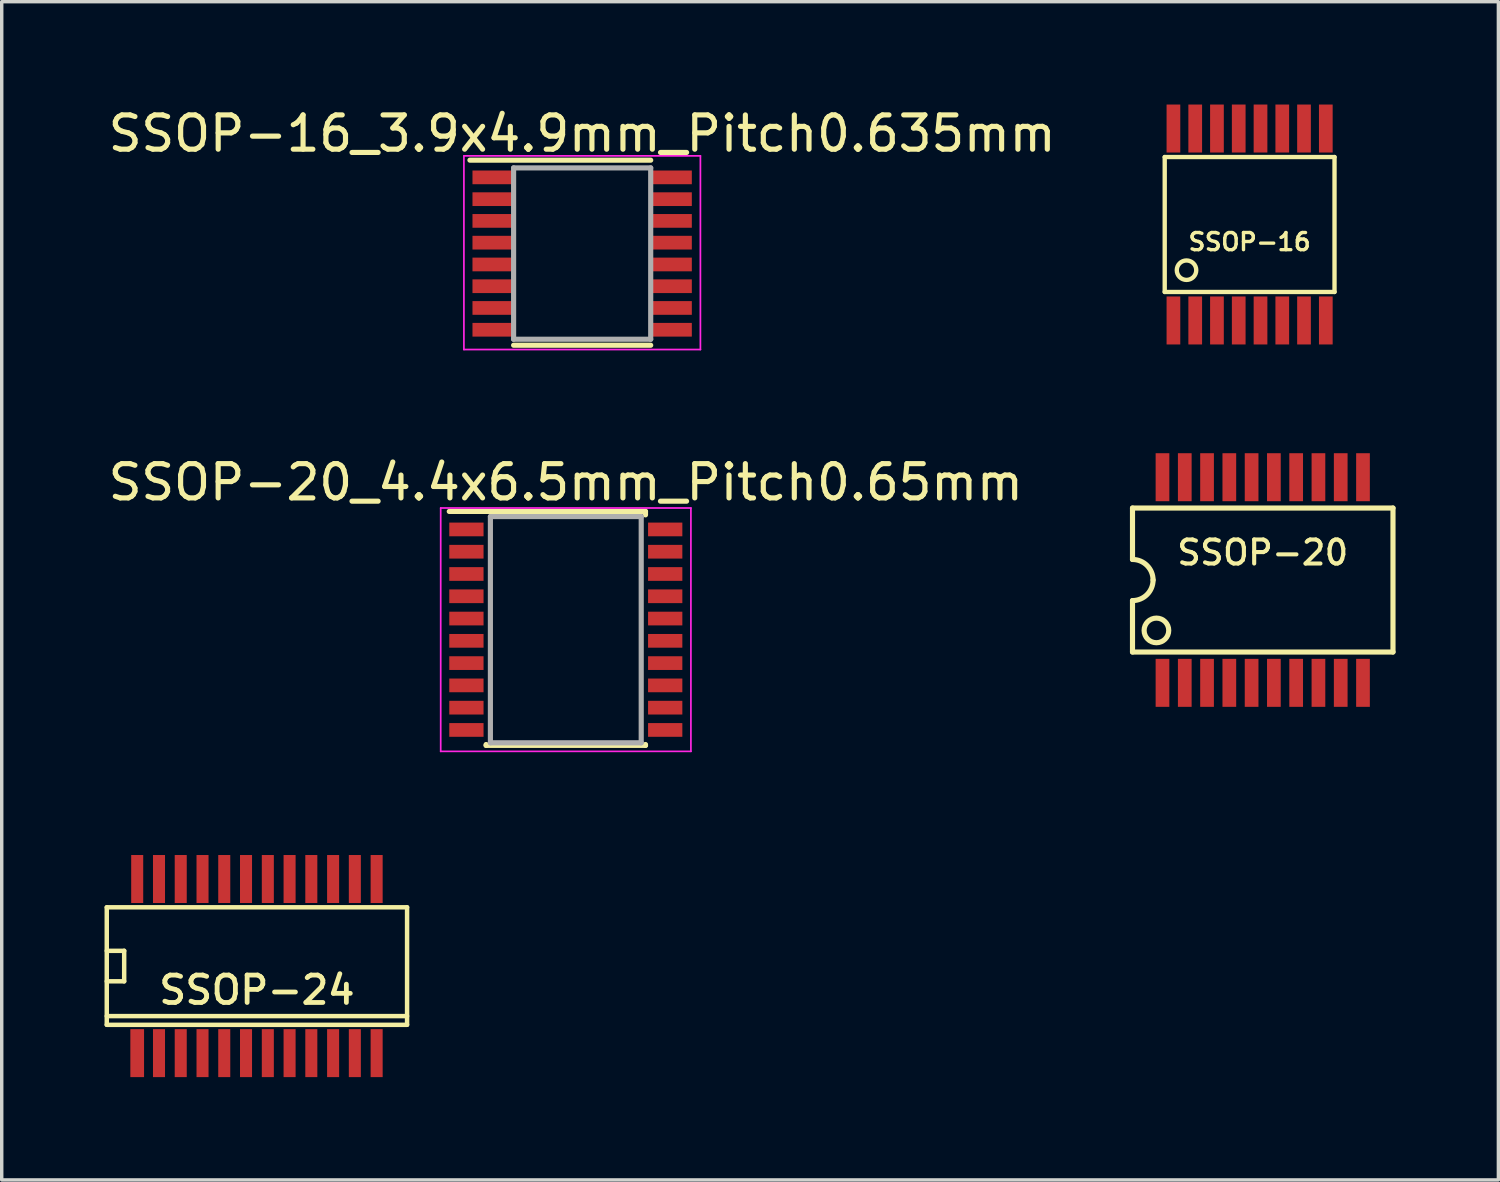
<source format=kicad_pcb>
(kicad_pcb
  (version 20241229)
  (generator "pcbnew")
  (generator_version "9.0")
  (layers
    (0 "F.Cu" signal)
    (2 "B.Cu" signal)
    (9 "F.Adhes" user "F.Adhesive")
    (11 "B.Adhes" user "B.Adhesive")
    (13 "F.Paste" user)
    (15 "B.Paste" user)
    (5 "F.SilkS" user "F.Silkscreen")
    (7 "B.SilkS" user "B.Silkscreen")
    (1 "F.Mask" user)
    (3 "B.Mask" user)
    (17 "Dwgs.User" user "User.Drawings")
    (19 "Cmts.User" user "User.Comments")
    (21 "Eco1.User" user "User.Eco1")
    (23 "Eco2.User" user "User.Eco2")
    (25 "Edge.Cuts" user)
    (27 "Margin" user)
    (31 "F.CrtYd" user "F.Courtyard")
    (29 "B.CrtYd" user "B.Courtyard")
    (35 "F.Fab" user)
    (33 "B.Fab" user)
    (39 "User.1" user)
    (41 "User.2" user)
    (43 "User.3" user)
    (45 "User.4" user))
  (footprint "SSOP-20_4.4x6.5mm_Pitch0.65mm"
    (layer "F.Cu")
    (at 13.458 15.322)
    (property "Reference" "SSOP-20_4.4x6.5mm_Pitch0.65mm" (at 0 -4.3 0) (layer "F.SilkS") (effects (font (size 1 1) (thickness 0.15))))
    (attr smd)
    (fp_line (start -3.4 -3.45) (end 2.325 -3.45) (stroke (width 0.15) (type solid)) (layer "F.SilkS"))
    (fp_line (start -2.325 3.375) (end -2.325 3.35) (stroke (width 0.15) (type solid)) (layer "F.SilkS"))
    (fp_line (start -2.325 3.375) (end 2.325 3.375) (stroke (width 0.15) (type solid)) (layer "F.SilkS"))
    (fp_line (start 2.325 -3.45) (end 2.325 -3.35) (stroke (width 0.15) (type solid)) (layer "F.SilkS"))
    (fp_line (start 2.325 3.375) (end 2.325 3.35) (stroke (width 0.15) (type solid)) (layer "F.SilkS"))
    (fp_line (start -3.65 -3.55) (end -3.65 3.55) (stroke (width 0.05) (type solid)) (layer "F.CrtYd"))
    (fp_line (start -3.65 -3.55) (end 3.65 -3.55) (stroke (width 0.05) (type solid)) (layer "F.CrtYd"))
    (fp_line (start -3.65 3.55) (end 3.65 3.55) (stroke (width 0.05) (type solid)) (layer "F.CrtYd"))
    (fp_line (start 3.65 -3.55) (end 3.65 3.55) (stroke (width 0.05) (type solid)) (layer "F.CrtYd"))
    (fp_line (start -2.2 -3.3) (end 2.2 -3.3) (stroke (width 0.15) (type solid)) (layer "F.Fab"))
    (fp_line (start -2.2 3.3) (end -2.2 -3.3) (stroke (width 0.15) (type solid)) (layer "F.Fab"))
    (fp_line (start 2.2 -3.3) (end 2.2 3.3) (stroke (width 0.15) (type solid)) (layer "F.Fab"))
    (fp_line (start 2.2 3.3) (end -2.2 3.3) (stroke (width 0.15) (type solid)) (layer "F.Fab"))
    (pad "1" smd rect (at -2.9 -2.925) (size 1 0.4) (layers "F.Cu" "F.Mask" "F.Paste"))
    (pad "2" smd rect (at -2.9 -2.275) (size 1 0.4) (layers "F.Cu" "F.Mask" "F.Paste"))
    (pad "3" smd rect (at -2.9 -1.625) (size 1 0.4) (layers "F.Cu" "F.Mask" "F.Paste"))
    (pad "4" smd rect (at -2.9 -0.975) (size 1 0.4) (layers "F.Cu" "F.Mask" "F.Paste"))
    (pad "5" smd rect (at -2.9 -0.325) (size 1 0.4) (layers "F.Cu" "F.Mask" "F.Paste"))
    (pad "6" smd rect (at -2.9 0.325) (size 1 0.4) (layers "F.Cu" "F.Mask" "F.Paste"))
    (pad "7" smd rect (at -2.9 0.975) (size 1 0.4) (layers "F.Cu" "F.Mask" "F.Paste"))
    (pad "8" smd rect (at -2.9 1.625) (size 1 0.4) (layers "F.Cu" "F.Mask" "F.Paste"))
    (pad "9" smd rect (at -2.9 2.275) (size 1 0.4) (layers "F.Cu" "F.Mask" "F.Paste"))
    (pad "10" smd rect (at -2.9 2.925) (size 1 0.4) (layers "F.Cu" "F.Mask" "F.Paste"))
    (pad "11" smd rect (at 2.9 2.925) (size 1 0.4) (layers "F.Cu" "F.Mask" "F.Paste"))
    (pad "12" smd rect (at 2.9 2.275) (size 1 0.4) (layers "F.Cu" "F.Mask" "F.Paste"))
    (pad "13" smd rect (at 2.9 1.625) (size 1 0.4) (layers "F.Cu" "F.Mask" "F.Paste"))
    (pad "14" smd rect (at 2.9 0.975) (size 1 0.4) (layers "F.Cu" "F.Mask" "F.Paste"))
    (pad "15" smd rect (at 2.9 0.325) (size 1 0.4) (layers "F.Cu" "F.Mask" "F.Paste"))
    (pad "16" smd rect (at 2.9 -0.325) (size 1 0.4) (layers "F.Cu" "F.Mask" "F.Paste"))
    (pad "17" smd rect (at 2.9 -0.975) (size 1 0.4) (layers "F.Cu" "F.Mask" "F.Paste"))
    (pad "18" smd rect (at 2.9 -1.625) (size 1 0.4) (layers "F.Cu" "F.Mask" "F.Paste"))
    (pad "19" smd rect (at 2.9 -2.275) (size 1 0.4) (layers "F.Cu" "F.Mask" "F.Paste"))
    (pad "20" smd rect (at 2.9 -2.925) (size 1 0.4) (layers "F.Cu" "F.Mask" "F.Paste")))
  (footprint "SSOP-16_3.9x4.9mm_Pitch0.635mm"
    (layer "F.Cu")
    (at 13.935 4.348)
    (property "Reference" "SSOP-16_3.9x4.9mm_Pitch0.635mm" (at 0 -3.5 0) (layer "F.SilkS") (effects (font (size 1 1) (thickness 0.15))))
    (attr smd)
    (fp_line (start -3.275 -2.725) (end 2 -2.725) (stroke (width 0.15) (type solid)) (layer "F.SilkS"))
    (fp_line (start -2 2.675) (end 2 2.675) (stroke (width 0.15) (type solid)) (layer "F.SilkS"))
    (fp_line (start -3.45 -2.85) (end -3.45 2.8) (stroke (width 0.05) (type solid)) (layer "F.CrtYd"))
    (fp_line (start -3.45 -2.85) (end 3.45 -2.85) (stroke (width 0.05) (type solid)) (layer "F.CrtYd"))
    (fp_line (start -3.45 2.8) (end 3.45 2.8) (stroke (width 0.05) (type solid)) (layer "F.CrtYd"))
    (fp_line (start 3.45 -2.85) (end 3.45 2.8) (stroke (width 0.05) (type solid)) (layer "F.CrtYd"))
    (fp_line (start -2 -2.5) (end 2 -2.5) (stroke (width 0.15) (type solid)) (layer "F.Fab"))
    (fp_line (start -2 2.5) (end -2 -2.5) (stroke (width 0.15) (type solid)) (layer "F.Fab"))
    (fp_line (start 2 -2.5) (end 2 2.5) (stroke (width 0.15) (type solid)) (layer "F.Fab"))
    (fp_line (start 2 2.5) (end -2 2.5) (stroke (width 0.15) (type solid)) (layer "F.Fab"))
    (pad "1" smd rect (at -2.6 -2.223) (size 1.2 0.4) (layers "F.Cu" "F.Mask" "F.Paste"))
    (pad "2" smd rect (at -2.6 -1.587) (size 1.2 0.4) (layers "F.Cu" "F.Mask" "F.Paste"))
    (pad "3" smd rect (at -2.6 -0.953) (size 1.2 0.4) (layers "F.Cu" "F.Mask" "F.Paste"))
    (pad "4" smd rect (at -2.6 -0.318) (size 1.2 0.4) (layers "F.Cu" "F.Mask" "F.Paste"))
    (pad "5" smd rect (at -2.6 0.318) (size 1.2 0.4) (layers "F.Cu" "F.Mask" "F.Paste"))
    (pad "6" smd rect (at -2.6 0.953) (size 1.2 0.4) (layers "F.Cu" "F.Mask" "F.Paste"))
    (pad "7" smd rect (at -2.6 1.587) (size 1.2 0.4) (layers "F.Cu" "F.Mask" "F.Paste"))
    (pad "8" smd rect (at -2.6 2.223) (size 1.2 0.4) (layers "F.Cu" "F.Mask" "F.Paste"))
    (pad "9" smd rect (at 2.6 2.223) (size 1.2 0.4) (layers "F.Cu" "F.Mask" "F.Paste"))
    (pad "10" smd rect (at 2.6 1.587) (size 1.2 0.4) (layers "F.Cu" "F.Mask" "F.Paste"))
    (pad "11" smd rect (at 2.6 0.953) (size 1.2 0.4) (layers "F.Cu" "F.Mask" "F.Paste"))
    (pad "12" smd rect (at 2.6 0.318) (size 1.2 0.4) (layers "F.Cu" "F.Mask" "F.Paste"))
    (pad "13" smd rect (at 2.6 -0.318) (size 1.2 0.4) (layers "F.Cu" "F.Mask" "F.Paste"))
    (pad "14" smd rect (at 2.6 -0.953) (size 1.2 0.4) (layers "F.Cu" "F.Mask" "F.Paste"))
    (pad "15" smd rect (at 2.6 -1.587) (size 1.2 0.4) (layers "F.Cu" "F.Mask" "F.Paste"))
    (pad "16" smd rect (at 2.6 -2.223) (size 1.2 0.4) (layers "F.Cu" "F.Mask" "F.Paste")))
  (footprint "SSOP-24"
    (layer "F.Cu")
    (at 4.446 25.136)
    (property "Reference" "SSOP-24" (at 0 0.699 0) (layer "F.SilkS") (effects (font (size 0.8 0.8) (thickness 0.14))))
    (attr smd)
    (fp_line (start -4.381 -1.714) (end 4.381 -1.714) (stroke (width 0.13) (type solid)) (layer "F.SilkS"))
    (fp_line (start -4.381 -0.445) (end -3.873 -0.445) (stroke (width 0.13) (type solid)) (layer "F.SilkS"))
    (fp_line (start -4.381 0.445) (end -3.873 0.445) (stroke (width 0.13) (type solid)) (layer "F.SilkS"))
    (fp_line (start -4.381 1.46) (end 4.381 1.46) (stroke (width 0.13) (type solid)) (layer "F.SilkS"))
    (fp_line (start -4.381 1.714) (end -4.381 -1.714) (stroke (width 0.13) (type solid)) (layer "F.SilkS"))
    (fp_line (start -3.873 -0.445) (end -3.873 0.445) (stroke (width 0.13) (type solid)) (layer "F.SilkS"))
    (fp_line (start 4.381 -1.714) (end 4.381 1.714) (stroke (width 0.13) (type solid)) (layer "F.SilkS"))
    (fp_line (start 4.381 1.714) (end -4.381 1.714) (stroke (width 0.13) (type solid)) (layer "F.SilkS"))
    (pad "1" smd rect (at -3.493 2.54) (size 0.4 1.4) (layers "F.Cu" "F.Mask" "F.Paste"))
    (pad "2" smd rect (at -2.857 2.54) (size 0.351 1.4) (layers "F.Cu" "F.Mask" "F.Paste"))
    (pad "3" smd rect (at -2.223 2.54) (size 0.351 1.4) (layers "F.Cu" "F.Mask" "F.Paste"))
    (pad "4" smd rect (at -1.587 2.54) (size 0.351 1.4) (layers "F.Cu" "F.Mask" "F.Paste"))
    (pad "5" smd rect (at -0.953 2.54) (size 0.351 1.4) (layers "F.Cu" "F.Mask" "F.Paste"))
    (pad "6" smd rect (at -0.318 2.54) (size 0.351 1.4) (layers "F.Cu" "F.Mask" "F.Paste"))
    (pad "7" smd rect (at 0.318 2.54) (size 0.351 1.4) (layers "F.Cu" "F.Mask" "F.Paste"))
    (pad "8" smd rect (at 0.953 2.54) (size 0.351 1.4) (layers "F.Cu" "F.Mask" "F.Paste"))
    (pad "9" smd rect (at 1.587 2.54) (size 0.351 1.4) (layers "F.Cu" "F.Mask" "F.Paste"))
    (pad "10" smd rect (at 2.223 2.54) (size 0.351 1.4) (layers "F.Cu" "F.Mask" "F.Paste"))
    (pad "11" smd rect (at 2.857 2.54) (size 0.351 1.4) (layers "F.Cu" "F.Mask" "F.Paste"))
    (pad "12" smd rect (at 3.493 2.54) (size 0.351 1.4) (layers "F.Cu" "F.Mask" "F.Paste"))
    (pad "13" smd rect (at 3.493 -2.54) (size 0.351 1.4) (layers "F.Cu" "F.Mask" "F.Paste"))
    (pad "14" smd rect (at 2.857 -2.54) (size 0.351 1.4) (layers "F.Cu" "F.Mask" "F.Paste"))
    (pad "15" smd rect (at 2.223 -2.54) (size 0.351 1.4) (layers "F.Cu" "F.Mask" "F.Paste"))
    (pad "16" smd rect (at 1.587 -2.54) (size 0.351 1.4) (layers "F.Cu" "F.Mask" "F.Paste"))
    (pad "17" smd rect (at 0.953 -2.54) (size 0.351 1.4) (layers "F.Cu" "F.Mask" "F.Paste"))
    (pad "18" smd rect (at 0.318 -2.54) (size 0.351 1.4) (layers "F.Cu" "F.Mask" "F.Paste"))
    (pad "19" smd rect (at -0.318 -2.54) (size 0.351 1.4) (layers "F.Cu" "F.Mask" "F.Paste"))
    (pad "20" smd rect (at -0.953 -2.54) (size 0.351 1.4) (layers "F.Cu" "F.Mask" "F.Paste"))
    (pad "21" smd rect (at -1.587 -2.54) (size 0.351 1.4) (layers "F.Cu" "F.Mask" "F.Paste"))
    (pad "22" smd rect (at -2.223 -2.54) (size 0.351 1.4) (layers "F.Cu" "F.Mask" "F.Paste"))
    (pad "23" smd rect (at -2.857 -2.54) (size 0.351 1.4) (layers "F.Cu" "F.Mask" "F.Paste"))
    (pad "24" smd rect (at -3.493 -2.54) (size 0.351 1.4) (layers "F.Cu" "F.Mask" "F.Paste")))
  (footprint "SSOP-20"
    (layer "F.Cu")
    (at 33.792 13.873)
    (property "Reference" "SSOP-20" (at 0 -0.8 0) (layer "F.SilkS") (effects (font (size 0.7 0.7) (thickness 0.12))))
    (attr smd)
    (fp_line (start -3.8 -2.1) (end -3.8 -0.6) (stroke (width 0.15) (type solid)) (layer "F.SilkS"))
    (fp_line (start -3.8 -2.1) (end 3.8 -2.1) (stroke (width 0.15) (type solid)) (layer "F.SilkS"))
    (fp_line (start -3.8 2.1) (end -3.8 0.6) (stroke (width 0.15) (type solid)) (layer "F.SilkS"))
    (fp_line (start 3.8 -2.1) (end 3.8 2.1) (stroke (width 0.15) (type solid)) (layer "F.SilkS"))
    (fp_line (start 3.8 2.1) (end -3.8 2.1) (stroke (width 0.15) (type solid)) (layer "F.SilkS"))
    (fp_arc (start -3.8 -0.6) (mid -3.375736 -0.424264) (end -3.2 0) (stroke (width 0.15) (type solid)) (layer "F.SilkS"))
    (fp_arc (start -3.2 0) (mid -3.375736 0.424264) (end -3.8 0.6) (stroke (width 0.15) (type solid)) (layer "F.SilkS"))
    (fp_circle (center -3.102 1.47) (end -3.356 1.216) (stroke (width 0.15) (type solid)) (fill no) (layer "F.SilkS"))
    (pad "1" smd rect (at -2.925 3) (size 0.4 1.4) (layers "F.Cu" "F.Mask" "F.Paste"))
    (pad "2" smd rect (at -2.275 3) (size 0.4 1.4) (layers "F.Cu" "F.Mask" "F.Paste"))
    (pad "3" smd rect (at -1.625 3) (size 0.4 1.4) (layers "F.Cu" "F.Mask" "F.Paste"))
    (pad "4" smd rect (at -0.975 3) (size 0.4 1.4) (layers "F.Cu" "F.Mask" "F.Paste"))
    (pad "5" smd rect (at -0.325 3) (size 0.4 1.4) (layers "F.Cu" "F.Mask" "F.Paste"))
    (pad "6" smd rect (at 0.325 3) (size 0.4 1.4) (layers "F.Cu" "F.Mask" "F.Paste"))
    (pad "7" smd rect (at 0.975 3) (size 0.4 1.4) (layers "F.Cu" "F.Mask" "F.Paste"))
    (pad "8" smd rect (at 1.625 3) (size 0.4 1.4) (layers "F.Cu" "F.Mask" "F.Paste"))
    (pad "9" smd rect (at 2.275 3) (size 0.4 1.4) (layers "F.Cu" "F.Mask" "F.Paste"))
    (pad "10" smd rect (at 2.925 3) (size 0.4 1.4) (layers "F.Cu" "F.Mask" "F.Paste"))
    (pad "11" smd rect (at 2.925 -3) (size 0.4 1.4) (layers "F.Cu" "F.Mask" "F.Paste"))
    (pad "12" smd rect (at 2.275 -3) (size 0.4 1.4) (layers "F.Cu" "F.Mask" "F.Paste"))
    (pad "13" smd rect (at 1.625 -3) (size 0.4 1.4) (layers "F.Cu" "F.Mask" "F.Paste"))
    (pad "14" smd rect (at 0.975 -3) (size 0.4 1.4) (layers "F.Cu" "F.Mask" "F.Paste"))
    (pad "15" smd rect (at 0.325 -3) (size 0.4 1.4) (layers "F.Cu" "F.Mask" "F.Paste"))
    (pad "16" smd rect (at -0.325 -3) (size 0.4 1.4) (layers "F.Cu" "F.Mask" "F.Paste"))
    (pad "17" smd rect (at -0.975 -3) (size 0.4 1.4) (layers "F.Cu" "F.Mask" "F.Paste"))
    (pad "18" smd rect (at -1.625 -3) (size 0.4 1.4) (layers "F.Cu" "F.Mask" "F.Paste"))
    (pad "19" smd rect (at -2.275 -3) (size 0.4 1.4) (layers "F.Cu" "F.Mask" "F.Paste"))
    (pad "20" smd rect (at -2.925 -3) (size 0.4 1.4) (layers "F.Cu" "F.Mask" "F.Paste")))
  (footprint "SSOP-16"
    (layer "F.Cu")
    (at 33.409 3.5)
    (property "Reference" "SSOP-16" (at 0 0.508 0) (layer "F.SilkS") (effects (font (size 0.5 0.5) (thickness 0.099))))
    (attr smd)
    (fp_line (start -2.477 -1.968) (end -2.477 1.968) (stroke (width 0.127) (type solid)) (layer "F.SilkS"))
    (fp_line (start -2.477 1.968) (end 2.477 1.968) (stroke (width 0.127) (type solid)) (layer "F.SilkS"))
    (fp_line (start 2.477 -1.968) (end -2.477 -1.968) (stroke (width 0.127) (type solid)) (layer "F.SilkS"))
    (fp_line (start 2.477 1.968) (end 2.477 -1.968) (stroke (width 0.127) (type solid)) (layer "F.SilkS"))
    (fp_circle (center -1.841 1.333) (end -1.968 1.587) (stroke (width 0.127) (type solid)) (fill no) (layer "F.SilkS"))
    (pad "1" smd rect (at -2.223 2.8) (size 0.4 1.4) (layers "F.Cu" "F.Mask" "F.Paste"))
    (pad "2" smd rect (at -1.587 2.8) (size 0.4 1.4) (layers "F.Cu" "F.Mask" "F.Paste"))
    (pad "3" smd rect (at -0.953 2.8) (size 0.4 1.4) (layers "F.Cu" "F.Mask" "F.Paste"))
    (pad "4" smd rect (at -0.318 2.8) (size 0.4 1.4) (layers "F.Cu" "F.Mask" "F.Paste"))
    (pad "5" smd rect (at 0.318 2.8) (size 0.4 1.4) (layers "F.Cu" "F.Mask" "F.Paste"))
    (pad "6" smd rect (at 0.953 2.8) (size 0.4 1.4) (layers "F.Cu" "F.Mask" "F.Paste"))
    (pad "7" smd rect (at 1.587 2.8) (size 0.4 1.4) (layers "F.Cu" "F.Mask" "F.Paste"))
    (pad "8" smd rect (at 2.223 2.8) (size 0.4 1.4) (layers "F.Cu" "F.Mask" "F.Paste"))
    (pad "9" smd rect (at 2.223 -2.8) (size 0.4 1.4) (layers "F.Cu" "F.Mask" "F.Paste"))
    (pad "10" smd rect (at 1.587 -2.8) (size 0.4 1.4) (layers "F.Cu" "F.Mask" "F.Paste"))
    (pad "11" smd rect (at 0.953 -2.8) (size 0.4 1.4) (layers "F.Cu" "F.Mask" "F.Paste"))
    (pad "12" smd rect (at 0.318 -2.8) (size 0.4 1.4) (layers "F.Cu" "F.Mask" "F.Paste"))
    (pad "13" smd rect (at -0.318 -2.8) (size 0.4 1.4) (layers "F.Cu" "F.Mask" "F.Paste"))
    (pad "14" smd rect (at -0.953 -2.8) (size 0.4 1.4) (layers "F.Cu" "F.Mask" "F.Paste"))
    (pad "15" smd rect (at -1.587 -2.8) (size 0.4 1.4) (layers "F.Cu" "F.Mask" "F.Paste"))
    (pad "16" smd rect (at -2.223 -2.8) (size 0.4 1.4) (layers "F.Cu" "F.Mask" "F.Paste")))
  (gr_rect
    (start -3 -3)
    (end 40.667 31.376)
    (stroke (width 0.1) (type default))
    (fill no)
    (layer "Edge.Cuts")))
</source>
